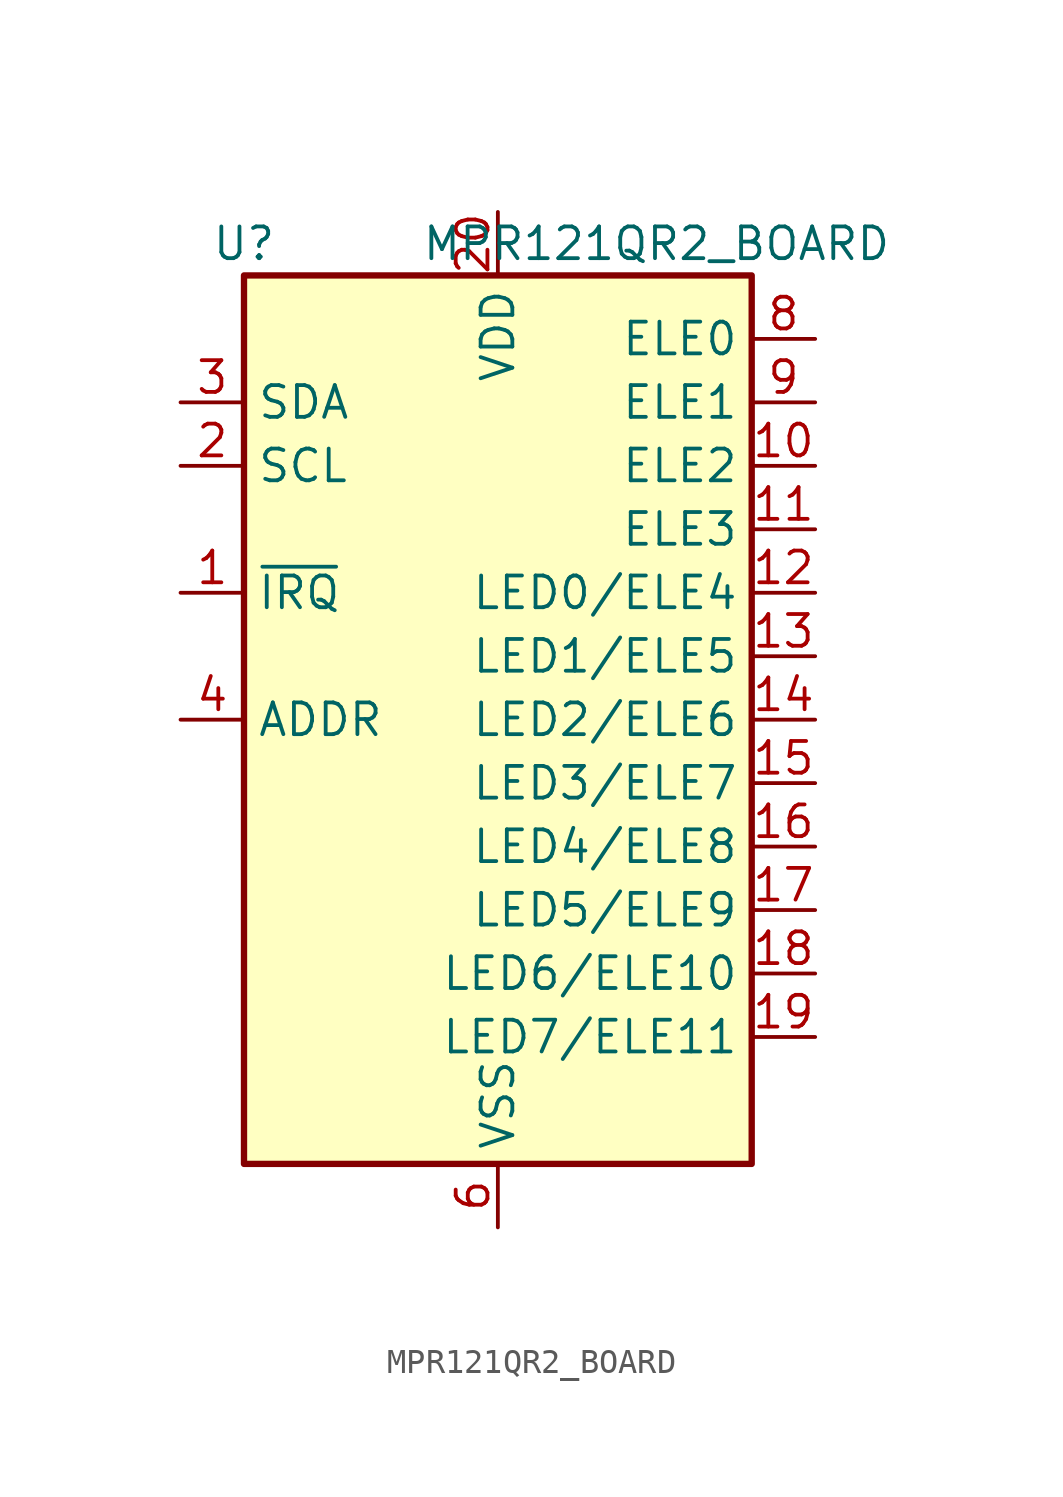
<source format=kicad_sym>
(kicad_symbol_lib
  (version 20231120)
  (generator "kicad_symbol_editor")
  (generator_version "8.0")
  (symbol "MPR121QR2_BOARD"
    (property "Reference" "U"
      (at -10.16 19.05 0)
      (effects (font (size 1.27 1.27))))
    (property "Value" "MPR121QR2_BOARD"
      (at 6.35 19.05 0)
      (effects (font (size 1.27 1.27))))
    (symbol "MPR121QR2_BOARD_0_1"
      (rectangle (start -10.16 17.78) (end 10.16 -17.78) (stroke (width 0.254) (type default)) (fill (type background))))
    (symbol "MPR121QR2_BOARD_1_1"
      (pin open_collector line (at -12.7 5.08 0) (length 2.54) (name "~{IRQ}" (effects (font (size 1.27 1.27)))) (number "1" (effects (font (size 1.27 1.27)))))
      (pin passive line (at 12.7 10.16 180) (length 2.54) (name "ELE2" (effects (font (size 1.27 1.27)))) (number "10" (effects (font (size 1.27 1.27)))))
      (pin passive line (at 12.7 7.62 180) (length 2.54) (name "ELE3" (effects (font (size 1.27 1.27)))) (number "11" (effects (font (size 1.27 1.27)))))
      (pin passive line (at 12.7 5.08 180) (length 2.54) (name "LED0/ELE4" (effects (font (size 1.27 1.27)))) (number "12" (effects (font (size 1.27 1.27)))))
      (pin passive line (at 12.7 2.54 180) (length 2.54) (name "LED1/ELE5" (effects (font (size 1.27 1.27)))) (number "13" (effects (font (size 1.27 1.27)))))
      (pin passive line (at 12.7 0 180) (length 2.54) (name "LED2/ELE6" (effects (font (size 1.27 1.27)))) (number "14" (effects (font (size 1.27 1.27)))))
      (pin passive line (at 12.7 -2.54 180) (length 2.54) (name "LED3/ELE7" (effects (font (size 1.27 1.27)))) (number "15" (effects (font (size 1.27 1.27)))))
      (pin passive line (at 12.7 -5.08 180) (length 2.54) (name "LED4/ELE8" (effects (font (size 1.27 1.27)))) (number "16" (effects (font (size 1.27 1.27)))))
      (pin passive line (at 12.7 -7.62 180) (length 2.54) (name "LED5/ELE9" (effects (font (size 1.27 1.27)))) (number "17" (effects (font (size 1.27 1.27)))))
      (pin passive line (at 12.7 -10.16 180) (length 2.54) (name "LED6/ELE10" (effects (font (size 1.27 1.27)))) (number "18" (effects (font (size 1.27 1.27)))))
      (pin passive line (at 12.7 -12.7 180) (length 2.54) (name "LED7/ELE11" (effects (font (size 1.27 1.27)))) (number "19" (effects (font (size 1.27 1.27)))))
      (pin input line (at -12.7 10.16 0) (length 2.54) (name "SCL" (effects (font (size 1.27 1.27)))) (number "2" (effects (font (size 1.27 1.27)))))
      (pin power_in line (at 0 20.32 270) (length 2.54) (name "VDD" (effects (font (size 1.27 1.27)))) (number "20" (effects (font (size 1.27 1.27)))))
      (pin bidirectional line (at -12.7 12.7 0) (length 2.54) (name "SDA" (effects (font (size 1.27 1.27)))) (number "3" (effects (font (size 1.27 1.27)))))
      (pin input line (at -12.7 0 0) (length 2.54) (name "ADDR" (effects (font (size 1.27 1.27)))) (number "4" (effects (font (size 1.27 1.27)))))
      (pin power_in line (at 0 -20.32 90) (length 2.54) (name "VSS" (effects (font (size 1.27 1.27)))) (number "6" (effects (font (size 1.27 1.27)))))
      (pin passive line (at 12.7 15.24 180) (length 2.54) (name "ELE0" (effects (font (size 1.27 1.27)))) (number "8" (effects (font (size 1.27 1.27)))))
      (pin passive line (at 12.7 12.7 180) (length 2.54) (name "ELE1" (effects (font (size 1.27 1.27)))) (number "9" (effects (font (size 1.27 1.27))))))))
</source>
